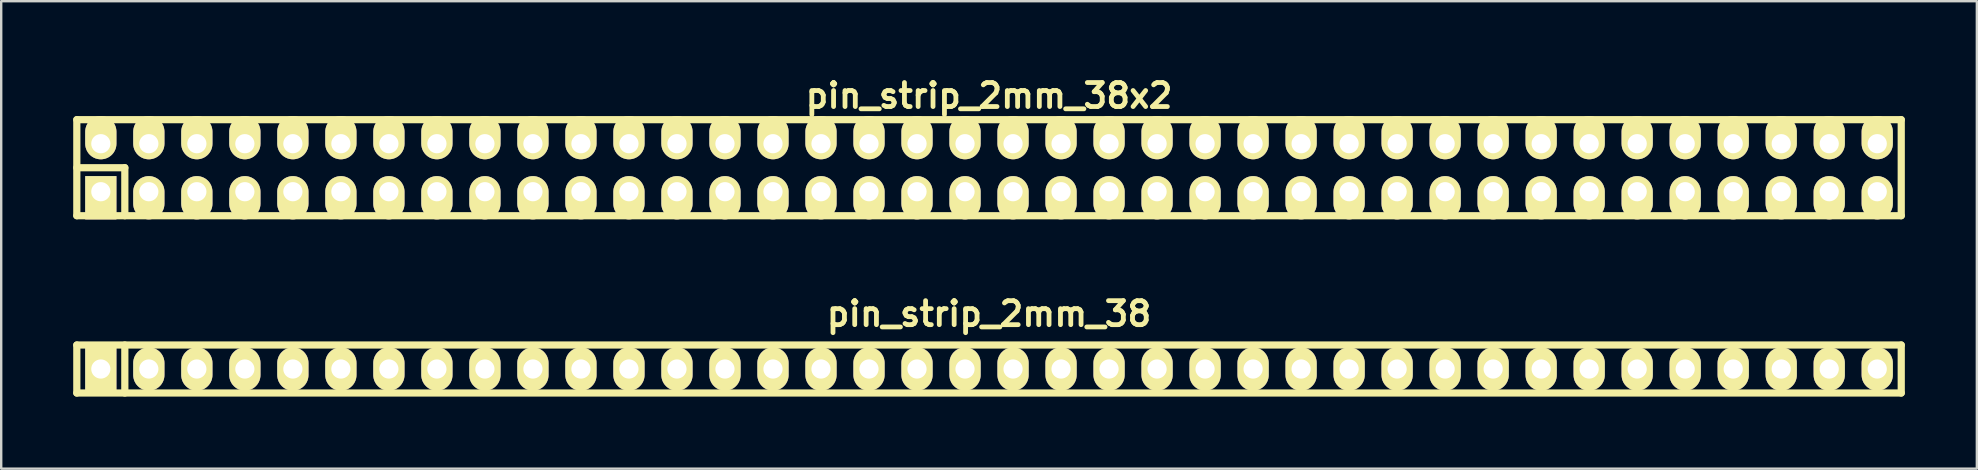
<source format=kicad_pcb>
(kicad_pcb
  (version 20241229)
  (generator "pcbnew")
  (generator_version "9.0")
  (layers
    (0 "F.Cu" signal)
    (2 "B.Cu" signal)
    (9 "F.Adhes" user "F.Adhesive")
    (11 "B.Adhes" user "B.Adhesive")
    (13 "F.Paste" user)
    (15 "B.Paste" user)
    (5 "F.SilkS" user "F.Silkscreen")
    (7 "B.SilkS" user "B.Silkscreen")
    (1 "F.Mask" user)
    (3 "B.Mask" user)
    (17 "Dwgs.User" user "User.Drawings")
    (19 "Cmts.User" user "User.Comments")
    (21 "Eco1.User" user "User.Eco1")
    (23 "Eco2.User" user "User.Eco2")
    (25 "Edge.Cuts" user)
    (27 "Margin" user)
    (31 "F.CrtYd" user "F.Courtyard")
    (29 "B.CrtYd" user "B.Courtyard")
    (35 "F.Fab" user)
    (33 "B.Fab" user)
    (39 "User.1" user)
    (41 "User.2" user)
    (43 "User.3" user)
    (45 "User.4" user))
  (footprint "pin_strip_2mm_38x2"
    (layer "F.Cu")
    (at 38.15 3.936)
    (property "Reference" "pin_strip_2mm_38x2" (at 0 -3 0) (layer "F.SilkS") (effects (font (size 1 1) (thickness 0.2))))
    (attr through_hole)
    (fp_line (start -38 -2) (end 38 -2) (stroke (width 0.3) (type solid)) (layer "F.SilkS"))
    (fp_line (start -38 0) (end -36 0) (stroke (width 0.3) (type solid)) (layer "F.SilkS"))
    (fp_line (start -38 2) (end -38 -2) (stroke (width 0.3) (type solid)) (layer "F.SilkS"))
    (fp_line (start -36 0) (end -36 2) (stroke (width 0.3) (type solid)) (layer "F.SilkS"))
    (fp_line (start 38 -2) (end 38 2) (stroke (width 0.3) (type solid)) (layer "F.SilkS"))
    (fp_line (start 38 2) (end -38 2) (stroke (width 0.3) (type solid)) (layer "F.SilkS"))
    (pad "1" thru_hole rect (at -37 1) (size 1.3 1.8) (drill 0.8 (offset 0 0.25)) (layers "*.Cu" "*.Mask" "F.SilkS"))
    (pad "2" thru_hole oval (at -37 -1) (size 1.3 1.8) (drill 0.8 (offset 0 -0.25)) (layers "*.Cu" "*.Mask" "F.SilkS"))
    (pad "3" thru_hole oval (at -35 1) (size 1.3 1.8) (drill 0.8 (offset 0 0.25)) (layers "*.Cu" "*.Mask" "F.SilkS"))
    (pad "4" thru_hole oval (at -35 -1) (size 1.3 1.8) (drill 0.8 (offset 0 -0.25)) (layers "*.Cu" "*.Mask" "F.SilkS"))
    (pad "5" thru_hole oval (at -33 1) (size 1.3 1.8) (drill 0.8 (offset 0 0.25)) (layers "*.Cu" "*.Mask" "F.SilkS"))
    (pad "6" thru_hole oval (at -33 -1) (size 1.3 1.8) (drill 0.8 (offset 0 -0.25)) (layers "*.Cu" "*.Mask" "F.SilkS"))
    (pad "7" thru_hole oval (at -31 1) (size 1.3 1.8) (drill 0.8 (offset 0 0.25)) (layers "*.Cu" "*.Mask" "F.SilkS"))
    (pad "8" thru_hole oval (at -31 -1) (size 1.3 1.8) (drill 0.8 (offset 0 -0.25)) (layers "*.Cu" "*.Mask" "F.SilkS"))
    (pad "9" thru_hole oval (at -29 1) (size 1.3 1.8) (drill 0.8 (offset 0 0.25)) (layers "*.Cu" "*.Mask" "F.SilkS"))
    (pad "10" thru_hole oval (at -29 -1) (size 1.3 1.8) (drill 0.8 (offset 0 -0.25)) (layers "*.Cu" "*.Mask" "F.SilkS"))
    (pad "11" thru_hole oval (at -27 1) (size 1.3 1.8) (drill 0.8 (offset 0 0.25)) (layers "*.Cu" "*.Mask" "F.SilkS"))
    (pad "12" thru_hole oval (at -27 -1) (size 1.3 1.8) (drill 0.8 (offset 0 -0.25)) (layers "*.Cu" "*.Mask" "F.SilkS"))
    (pad "13" thru_hole oval (at -25 1) (size 1.3 1.8) (drill 0.8 (offset 0 0.25)) (layers "*.Cu" "*.Mask" "F.SilkS"))
    (pad "14" thru_hole oval (at -25 -1) (size 1.3 1.8) (drill 0.8 (offset 0 -0.25)) (layers "*.Cu" "*.Mask" "F.SilkS"))
    (pad "15" thru_hole oval (at -23 1) (size 1.3 1.8) (drill 0.8 (offset 0 0.25)) (layers "*.Cu" "*.Mask" "F.SilkS"))
    (pad "16" thru_hole oval (at -23 -1) (size 1.3 1.8) (drill 0.8 (offset 0 -0.25)) (layers "*.Cu" "*.Mask" "F.SilkS"))
    (pad "17" thru_hole oval (at -21 1) (size 1.3 1.8) (drill 0.8 (offset 0 0.25)) (layers "*.Cu" "*.Mask" "F.SilkS"))
    (pad "18" thru_hole oval (at -21 -1) (size 1.3 1.8) (drill 0.8 (offset 0 -0.25)) (layers "*.Cu" "*.Mask" "F.SilkS"))
    (pad "19" thru_hole oval (at -19 1) (size 1.3 1.8) (drill 0.8 (offset 0 0.25)) (layers "*.Cu" "*.Mask" "F.SilkS"))
    (pad "20" thru_hole oval (at -19 -1) (size 1.3 1.8) (drill 0.8 (offset 0 -0.25)) (layers "*.Cu" "*.Mask" "F.SilkS"))
    (pad "21" thru_hole oval (at -17 1) (size 1.3 1.8) (drill 0.8 (offset 0 0.25)) (layers "*.Cu" "*.Mask" "F.SilkS"))
    (pad "22" thru_hole oval (at -17 -1) (size 1.3 1.8) (drill 0.8 (offset 0 -0.25)) (layers "*.Cu" "*.Mask" "F.SilkS"))
    (pad "23" thru_hole oval (at -15 1) (size 1.3 1.8) (drill 0.8 (offset 0 0.25)) (layers "*.Cu" "*.Mask" "F.SilkS"))
    (pad "24" thru_hole oval (at -15 -1) (size 1.3 1.8) (drill 0.8 (offset 0 -0.25)) (layers "*.Cu" "*.Mask" "F.SilkS"))
    (pad "25" thru_hole oval (at -13 1) (size 1.3 1.8) (drill 0.8 (offset 0 0.25)) (layers "*.Cu" "*.Mask" "F.SilkS"))
    (pad "26" thru_hole oval (at -13 -1) (size 1.3 1.8) (drill 0.8 (offset 0 -0.25)) (layers "*.Cu" "*.Mask" "F.SilkS"))
    (pad "27" thru_hole oval (at -11 1) (size 1.3 1.8) (drill 0.8 (offset 0 0.25)) (layers "*.Cu" "*.Mask" "F.SilkS"))
    (pad "28" thru_hole oval (at -11 -1) (size 1.3 1.8) (drill 0.8 (offset 0 -0.25)) (layers "*.Cu" "*.Mask" "F.SilkS"))
    (pad "29" thru_hole oval (at -9 1) (size 1.3 1.8) (drill 0.8 (offset 0 0.25)) (layers "*.Cu" "*.Mask" "F.SilkS"))
    (pad "30" thru_hole oval (at -9 -1) (size 1.3 1.8) (drill 0.8 (offset 0 -0.25)) (layers "*.Cu" "*.Mask" "F.SilkS"))
    (pad "31" thru_hole oval (at -7 1) (size 1.3 1.8) (drill 0.8 (offset 0 0.25)) (layers "*.Cu" "*.Mask" "F.SilkS"))
    (pad "32" thru_hole oval (at -7 -1) (size 1.3 1.8) (drill 0.8 (offset 0 -0.25)) (layers "*.Cu" "*.Mask" "F.SilkS"))
    (pad "33" thru_hole oval (at -5 1) (size 1.3 1.8) (drill 0.8 (offset 0 0.25)) (layers "*.Cu" "*.Mask" "F.SilkS"))
    (pad "34" thru_hole oval (at -5 -1) (size 1.3 1.8) (drill 0.8 (offset 0 -0.25)) (layers "*.Cu" "*.Mask" "F.SilkS"))
    (pad "35" thru_hole oval (at -3 1) (size 1.3 1.8) (drill 0.8 (offset 0 0.25)) (layers "*.Cu" "*.Mask" "F.SilkS"))
    (pad "36" thru_hole oval (at -3 -1) (size 1.3 1.8) (drill 0.8 (offset 0 -0.25)) (layers "*.Cu" "*.Mask" "F.SilkS"))
    (pad "37" thru_hole oval (at -1 1) (size 1.3 1.8) (drill 0.8 (offset 0 0.25)) (layers "*.Cu" "*.Mask" "F.SilkS"))
    (pad "38" thru_hole oval (at -1 -1) (size 1.3 1.8) (drill 0.8 (offset 0 -0.25)) (layers "*.Cu" "*.Mask" "F.SilkS"))
    (pad "39" thru_hole oval (at 1 1) (size 1.3 1.8) (drill 0.8 (offset 0 0.25)) (layers "*.Cu" "*.Mask" "F.SilkS"))
    (pad "40" thru_hole oval (at 1 -1) (size 1.3 1.8) (drill 0.8 (offset 0 -0.25)) (layers "*.Cu" "*.Mask" "F.SilkS"))
    (pad "41" thru_hole oval (at 3 1) (size 1.3 1.8) (drill 0.8 (offset 0 0.25)) (layers "*.Cu" "*.Mask" "F.SilkS"))
    (pad "42" thru_hole oval (at 3 -1) (size 1.3 1.8) (drill 0.8 (offset 0 -0.25)) (layers "*.Cu" "*.Mask" "F.SilkS"))
    (pad "43" thru_hole oval (at 5 1) (size 1.3 1.8) (drill 0.8 (offset 0 0.25)) (layers "*.Cu" "*.Mask" "F.SilkS"))
    (pad "44" thru_hole oval (at 5 -1) (size 1.3 1.8) (drill 0.8 (offset 0 -0.25)) (layers "*.Cu" "*.Mask" "F.SilkS"))
    (pad "45" thru_hole oval (at 7 1) (size 1.3 1.8) (drill 0.8 (offset 0 0.25)) (layers "*.Cu" "*.Mask" "F.SilkS"))
    (pad "46" thru_hole oval (at 7 -1) (size 1.3 1.8) (drill 0.8 (offset 0 -0.25)) (layers "*.Cu" "*.Mask" "F.SilkS"))
    (pad "47" thru_hole oval (at 9 1) (size 1.3 1.8) (drill 0.8 (offset 0 0.25)) (layers "*.Cu" "*.Mask" "F.SilkS"))
    (pad "48" thru_hole oval (at 9 -1) (size 1.3 1.8) (drill 0.8 (offset 0 -0.25)) (layers "*.Cu" "*.Mask" "F.SilkS"))
    (pad "49" thru_hole oval (at 11 1) (size 1.3 1.8) (drill 0.8 (offset 0 0.25)) (layers "*.Cu" "*.Mask" "F.SilkS"))
    (pad "50" thru_hole oval (at 11 -1) (size 1.3 1.8) (drill 0.8 (offset 0 -0.25)) (layers "*.Cu" "*.Mask" "F.SilkS"))
    (pad "51" thru_hole oval (at 13 1) (size 1.3 1.8) (drill 0.8 (offset 0 0.25)) (layers "*.Cu" "*.Mask" "F.SilkS"))
    (pad "52" thru_hole oval (at 13 -1) (size 1.3 1.8) (drill 0.8 (offset 0 -0.25)) (layers "*.Cu" "*.Mask" "F.SilkS"))
    (pad "53" thru_hole oval (at 15 1) (size 1.3 1.8) (drill 0.8 (offset 0 0.25)) (layers "*.Cu" "*.Mask" "F.SilkS"))
    (pad "54" thru_hole oval (at 15 -1) (size 1.3 1.8) (drill 0.8 (offset 0 -0.25)) (layers "*.Cu" "*.Mask" "F.SilkS"))
    (pad "55" thru_hole oval (at 17 1) (size 1.3 1.8) (drill 0.8 (offset 0 0.25)) (layers "*.Cu" "*.Mask" "F.SilkS"))
    (pad "56" thru_hole oval (at 17 -1) (size 1.3 1.8) (drill 0.8 (offset 0 -0.25)) (layers "*.Cu" "*.Mask" "F.SilkS"))
    (pad "57" thru_hole oval (at 19 1) (size 1.3 1.8) (drill 0.8 (offset 0 0.25)) (layers "*.Cu" "*.Mask" "F.SilkS"))
    (pad "58" thru_hole oval (at 19 -1) (size 1.3 1.8) (drill 0.8 (offset 0 -0.25)) (layers "*.Cu" "*.Mask" "F.SilkS"))
    (pad "59" thru_hole oval (at 21 1) (size 1.3 1.8) (drill 0.8 (offset 0 0.25)) (layers "*.Cu" "*.Mask" "F.SilkS"))
    (pad "60" thru_hole oval (at 21 -1) (size 1.3 1.8) (drill 0.8 (offset 0 -0.25)) (layers "*.Cu" "*.Mask" "F.SilkS"))
    (pad "61" thru_hole oval (at 23 1) (size 1.3 1.8) (drill 0.8 (offset 0 0.25)) (layers "*.Cu" "*.Mask" "F.SilkS"))
    (pad "62" thru_hole oval (at 23 -1) (size 1.3 1.8) (drill 0.8 (offset 0 -0.25)) (layers "*.Cu" "*.Mask" "F.SilkS"))
    (pad "63" thru_hole oval (at 25 1) (size 1.3 1.8) (drill 0.8 (offset 0 0.25)) (layers "*.Cu" "*.Mask" "F.SilkS"))
    (pad "64" thru_hole oval (at 25 -1) (size 1.3 1.8) (drill 0.8 (offset 0 -0.25)) (layers "*.Cu" "*.Mask" "F.SilkS"))
    (pad "65" thru_hole oval (at 27 1) (size 1.3 1.8) (drill 0.8 (offset 0 0.25)) (layers "*.Cu" "*.Mask" "F.SilkS"))
    (pad "66" thru_hole oval (at 27 -1) (size 1.3 1.8) (drill 0.8 (offset 0 -0.25)) (layers "*.Cu" "*.Mask" "F.SilkS"))
    (pad "67" thru_hole oval (at 29 1) (size 1.3 1.8) (drill 0.8 (offset 0 0.25)) (layers "*.Cu" "*.Mask" "F.SilkS"))
    (pad "68" thru_hole oval (at 29 -1) (size 1.3 1.8) (drill 0.8 (offset 0 -0.25)) (layers "*.Cu" "*.Mask" "F.SilkS"))
    (pad "69" thru_hole oval (at 31 1) (size 1.3 1.8) (drill 0.8 (offset 0 0.25)) (layers "*.Cu" "*.Mask" "F.SilkS"))
    (pad "70" thru_hole oval (at 31 -1) (size 1.3 1.8) (drill 0.8 (offset 0 -0.25)) (layers "*.Cu" "*.Mask" "F.SilkS"))
    (pad "71" thru_hole oval (at 33 1) (size 1.3 1.8) (drill 0.8 (offset 0 0.25)) (layers "*.Cu" "*.Mask" "F.SilkS"))
    (pad "72" thru_hole oval (at 33 -1) (size 1.3 1.8) (drill 0.8 (offset 0 -0.25)) (layers "*.Cu" "*.Mask" "F.SilkS"))
    (pad "73" thru_hole oval (at 35 1) (size 1.3 1.8) (drill 0.8 (offset 0 0.25)) (layers "*.Cu" "*.Mask" "F.SilkS"))
    (pad "74" thru_hole oval (at 35 -1) (size 1.3 1.8) (drill 0.8 (offset 0 -0.25)) (layers "*.Cu" "*.Mask" "F.SilkS"))
    (pad "75" thru_hole oval (at 37 1) (size 1.3 1.8) (drill 0.8 (offset 0 0.25)) (layers "*.Cu" "*.Mask" "F.SilkS"))
    (pad "76" thru_hole oval (at 37 -1) (size 1.3 1.8) (drill 0.8 (offset 0 -0.25)) (layers "*.Cu" "*.Mask" "F.SilkS")))
  (footprint "pin_strip_2mm_38"
    (layer "F.Cu")
    (at 38.15 12.322)
    (property "Reference" "pin_strip_2mm_38" (at 0 -2.3 0) (layer "F.SilkS") (effects (font (size 1 1) (thickness 0.2))))
    (attr through_hole)
    (fp_line (start -38 -1) (end 38 -1) (stroke (width 0.3) (type solid)) (layer "F.SilkS"))
    (fp_line (start -38 1) (end -38 -1) (stroke (width 0.3) (type solid)) (layer "F.SilkS"))
    (fp_line (start -36 -1) (end -36 1) (stroke (width 0.3) (type solid)) (layer "F.SilkS"))
    (fp_line (start 38 -1) (end 38 1) (stroke (width 0.3) (type solid)) (layer "F.SilkS"))
    (fp_line (start 38 1) (end -38 1) (stroke (width 0.3) (type solid)) (layer "F.SilkS"))
    (pad "1" thru_hole rect (at -37 0) (size 1.3 1.8) (drill 0.8) (layers "*.Cu" "*.Mask" "F.SilkS"))
    (pad "2" thru_hole oval (at -35 0) (size 1.3 1.8) (drill 0.8) (layers "*.Cu" "*.Mask" "F.SilkS"))
    (pad "3" thru_hole oval (at -33 0) (size 1.3 1.8) (drill 0.8) (layers "*.Cu" "*.Mask" "F.SilkS"))
    (pad "4" thru_hole oval (at -31 0) (size 1.3 1.8) (drill 0.8) (layers "*.Cu" "*.Mask" "F.SilkS"))
    (pad "5" thru_hole oval (at -29 0) (size 1.3 1.8) (drill 0.8) (layers "*.Cu" "*.Mask" "F.SilkS"))
    (pad "6" thru_hole oval (at -27 0) (size 1.3 1.8) (drill 0.8) (layers "*.Cu" "*.Mask" "F.SilkS"))
    (pad "7" thru_hole oval (at -25 0) (size 1.3 1.8) (drill 0.8) (layers "*.Cu" "*.Mask" "F.SilkS"))
    (pad "8" thru_hole oval (at -23 0) (size 1.3 1.8) (drill 0.8) (layers "*.Cu" "*.Mask" "F.SilkS"))
    (pad "9" thru_hole oval (at -21 0) (size 1.3 1.8) (drill 0.8) (layers "*.Cu" "*.Mask" "F.SilkS"))
    (pad "10" thru_hole oval (at -19 0) (size 1.3 1.8) (drill 0.8) (layers "*.Cu" "*.Mask" "F.SilkS"))
    (pad "11" thru_hole oval (at -17 0) (size 1.3 1.8) (drill 0.8) (layers "*.Cu" "*.Mask" "F.SilkS"))
    (pad "12" thru_hole oval (at -15 0) (size 1.3 1.8) (drill 0.8) (layers "*.Cu" "*.Mask" "F.SilkS"))
    (pad "13" thru_hole oval (at -13 0) (size 1.3 1.8) (drill 0.8) (layers "*.Cu" "*.Mask" "F.SilkS"))
    (pad "14" thru_hole oval (at -11 0) (size 1.3 1.8) (drill 0.8) (layers "*.Cu" "*.Mask" "F.SilkS"))
    (pad "15" thru_hole oval (at -9 0) (size 1.3 1.8) (drill 0.8) (layers "*.Cu" "*.Mask" "F.SilkS"))
    (pad "16" thru_hole oval (at -7 0) (size 1.3 1.8) (drill 0.8) (layers "*.Cu" "*.Mask" "F.SilkS"))
    (pad "17" thru_hole oval (at -5 0) (size 1.3 1.8) (drill 0.8) (layers "*.Cu" "*.Mask" "F.SilkS"))
    (pad "18" thru_hole oval (at -3 0) (size 1.3 1.8) (drill 0.8) (layers "*.Cu" "*.Mask" "F.SilkS"))
    (pad "19" thru_hole oval (at -1 0) (size 1.3 1.8) (drill 0.8) (layers "*.Cu" "*.Mask" "F.SilkS"))
    (pad "20" thru_hole oval (at 1 0) (size 1.3 1.8) (drill 0.8) (layers "*.Cu" "*.Mask" "F.SilkS"))
    (pad "21" thru_hole oval (at 3 0) (size 1.3 1.8) (drill 0.8) (layers "*.Cu" "*.Mask" "F.SilkS"))
    (pad "22" thru_hole oval (at 5 0) (size 1.3 1.8) (drill 0.8) (layers "*.Cu" "*.Mask" "F.SilkS"))
    (pad "23" thru_hole oval (at 7 0) (size 1.3 1.8) (drill 0.8) (layers "*.Cu" "*.Mask" "F.SilkS"))
    (pad "24" thru_hole oval (at 9 0) (size 1.3 1.8) (drill 0.8) (layers "*.Cu" "*.Mask" "F.SilkS"))
    (pad "25" thru_hole oval (at 11 0) (size 1.3 1.8) (drill 0.8) (layers "*.Cu" "*.Mask" "F.SilkS"))
    (pad "26" thru_hole oval (at 13 0) (size 1.3 1.8) (drill 0.8) (layers "*.Cu" "*.Mask" "F.SilkS"))
    (pad "27" thru_hole oval (at 15 0) (size 1.3 1.8) (drill 0.8) (layers "*.Cu" "*.Mask" "F.SilkS"))
    (pad "28" thru_hole oval (at 17 0) (size 1.3 1.8) (drill 0.8) (layers "*.Cu" "*.Mask" "F.SilkS"))
    (pad "29" thru_hole oval (at 19 0) (size 1.3 1.8) (drill 0.8) (layers "*.Cu" "*.Mask" "F.SilkS"))
    (pad "30" thru_hole oval (at 21 0) (size 1.3 1.8) (drill 0.8) (layers "*.Cu" "*.Mask" "F.SilkS"))
    (pad "31" thru_hole oval (at 23 0) (size 1.3 1.8) (drill 0.8) (layers "*.Cu" "*.Mask" "F.SilkS"))
    (pad "32" thru_hole oval (at 25 0) (size 1.3 1.8) (drill 0.8) (layers "*.Cu" "*.Mask" "F.SilkS"))
    (pad "33" thru_hole oval (at 27 0) (size 1.3 1.8) (drill 0.8) (layers "*.Cu" "*.Mask" "F.SilkS"))
    (pad "34" thru_hole oval (at 29 0) (size 1.3 1.8) (drill 0.8) (layers "*.Cu" "*.Mask" "F.SilkS"))
    (pad "35" thru_hole oval (at 31 0) (size 1.3 1.8) (drill 0.8) (layers "*.Cu" "*.Mask" "F.SilkS"))
    (pad "36" thru_hole oval (at 33 0) (size 1.3 1.8) (drill 0.8) (layers "*.Cu" "*.Mask" "F.SilkS"))
    (pad "37" thru_hole oval (at 35 0) (size 1.3 1.8) (drill 0.8) (layers "*.Cu" "*.Mask" "F.SilkS"))
    (pad "38" thru_hole oval (at 37 0) (size 1.3 1.8) (drill 0.8) (layers "*.Cu" "*.Mask" "F.SilkS")))
  (gr_rect
    (start -3 -3)
    (end 79.3 16.472)
    (stroke (width 0.1) (type default))
    (fill no)
    (layer "Edge.Cuts")))
</source>
